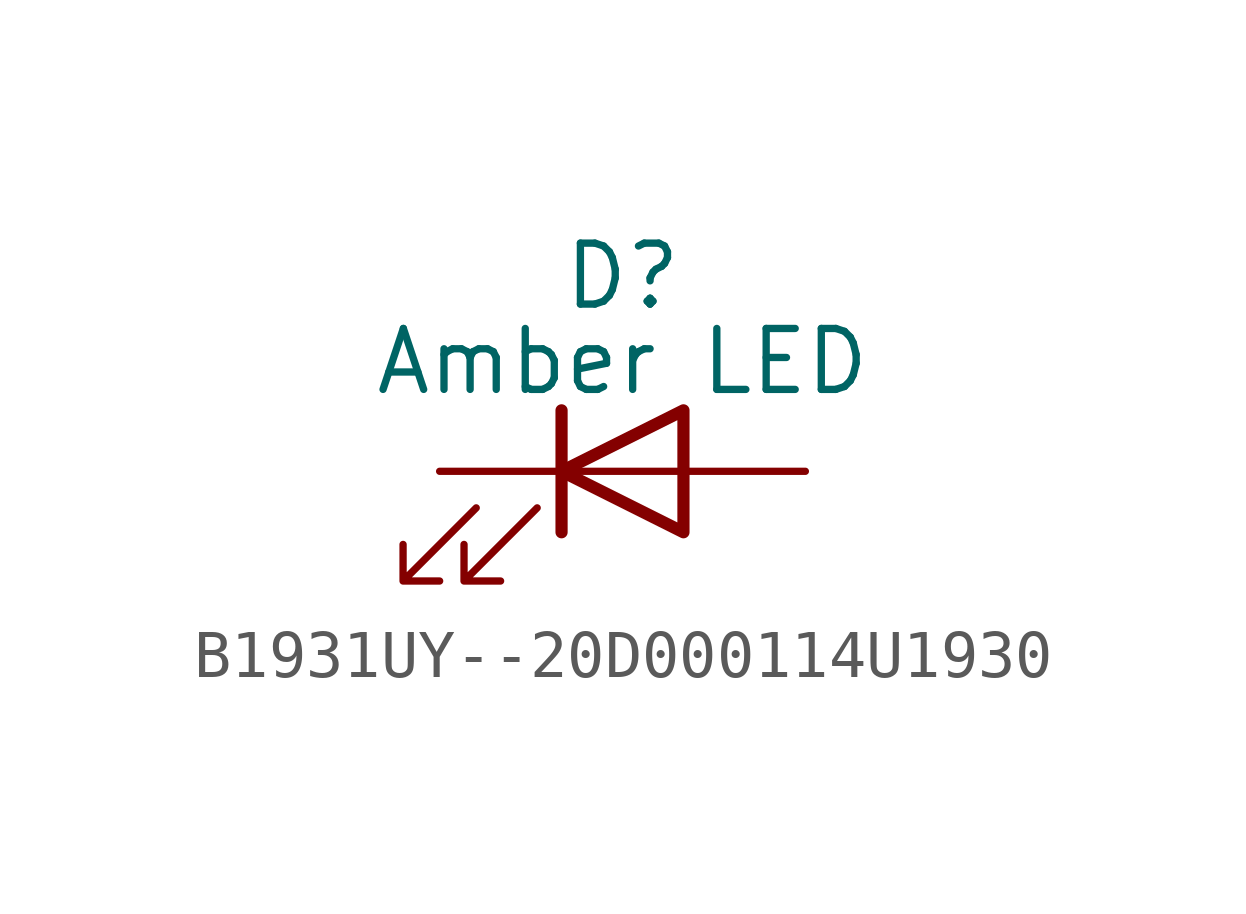
<source format=kicad_sym>
(kicad_symbol_lib
  (version 20241209)
  (generator "kicad_symbol_editor")
  (generator_version "9.0")
  (symbol "B1931UY--20D000114U1930"
    (property "Reference" "D"
      (at 0 4.064 0)
      (effects (font (size 1.27 1.27))))
    (property "Value" "Amber LED"
      (at 0 2.286 0)
      (effects (font (size 1.27 1.27))))
    (symbol "B1931UY--20D000114U1930_0_1"
      (polyline (pts (xy -3.048 -0.762) (xy -4.572 -2.286) (xy -3.81 -2.286) (xy -4.572 -2.286) (xy -4.572 -1.524)) (stroke (width 0) (type default)) (fill (type none)))
      (polyline (pts (xy -1.778 -0.762) (xy -3.302 -2.286) (xy -2.54 -2.286) (xy -3.302 -2.286) (xy -3.302 -1.524)) (stroke (width 0) (type default)) (fill (type none)))
      (polyline (pts (xy -1.27 0) (xy 1.27 0)) (stroke (width 0) (type default)) (fill (type none)))
      (polyline (pts (xy -1.27 -1.27) (xy -1.27 1.27)) (stroke (width 0.254) (type default)) (fill (type none)))
      (polyline (pts (xy 1.27 -1.27) (xy 1.27 1.27) (xy -1.27 0) (xy 1.27 -1.27)) (stroke (width 0.254) (type default)) (fill (type none))))
    (symbol "B1931UY--20D000114U1930_1_1"
      (pin passive line (at -3.81 0 0) (length 2.54) (name "K" (effects (font (size 0 0)))) (number "1" (effects (font (size 0 0)))))
      (pin passive line (at 3.81 0 180) (length 2.54) (name "A" (effects (font (size 0 0)))) (number "2" (effects (font (size 0 0))))))))
</source>
